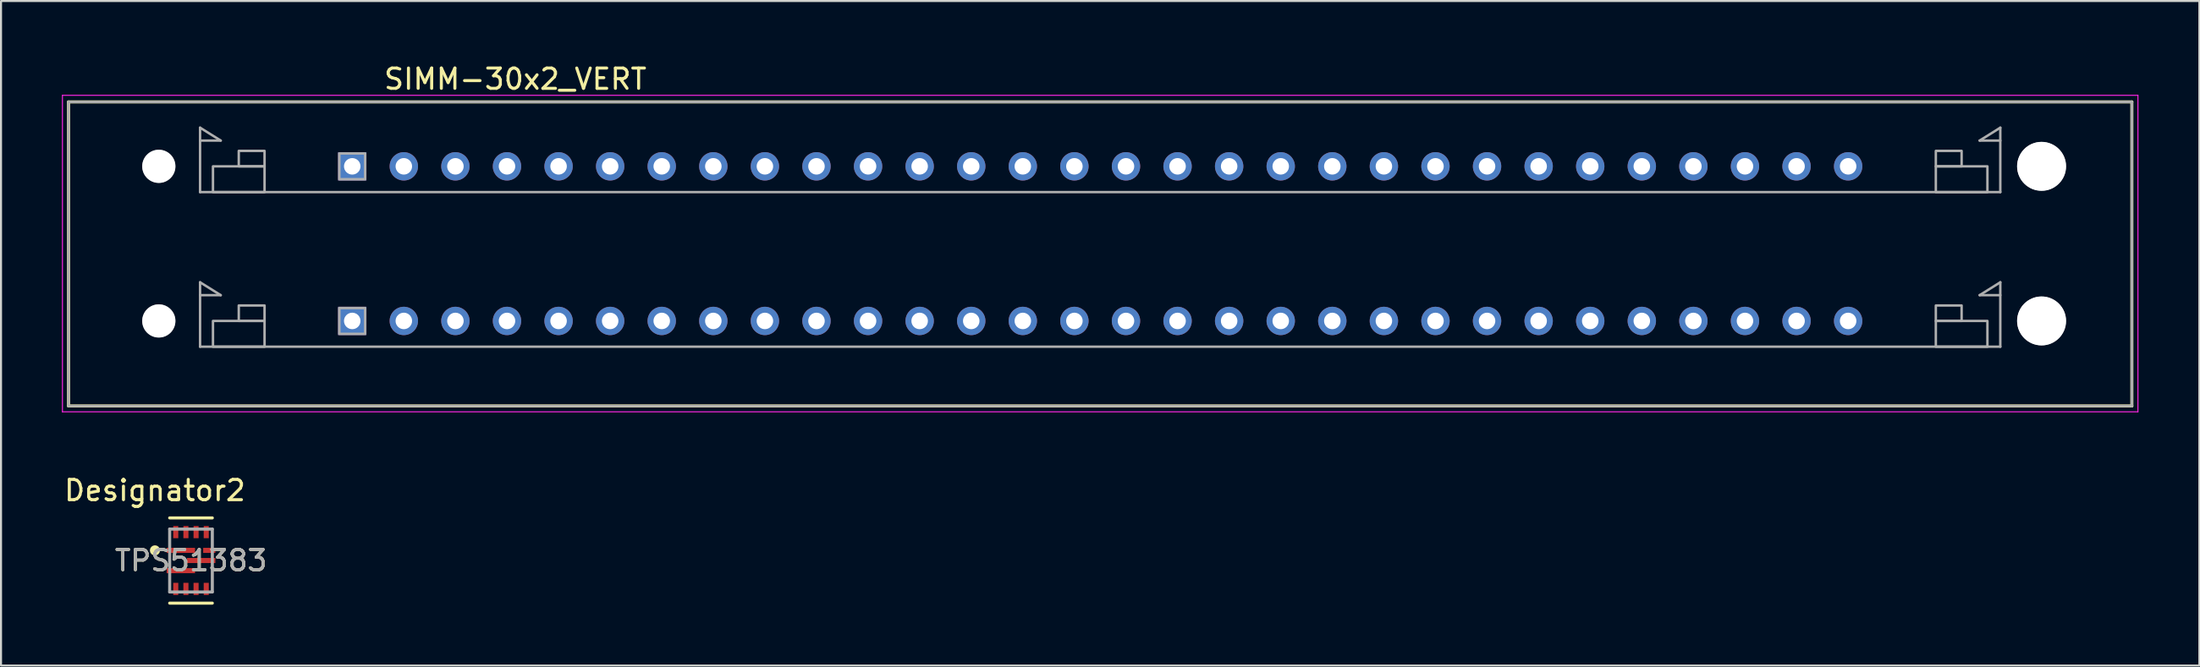
<source format=kicad_pcb>
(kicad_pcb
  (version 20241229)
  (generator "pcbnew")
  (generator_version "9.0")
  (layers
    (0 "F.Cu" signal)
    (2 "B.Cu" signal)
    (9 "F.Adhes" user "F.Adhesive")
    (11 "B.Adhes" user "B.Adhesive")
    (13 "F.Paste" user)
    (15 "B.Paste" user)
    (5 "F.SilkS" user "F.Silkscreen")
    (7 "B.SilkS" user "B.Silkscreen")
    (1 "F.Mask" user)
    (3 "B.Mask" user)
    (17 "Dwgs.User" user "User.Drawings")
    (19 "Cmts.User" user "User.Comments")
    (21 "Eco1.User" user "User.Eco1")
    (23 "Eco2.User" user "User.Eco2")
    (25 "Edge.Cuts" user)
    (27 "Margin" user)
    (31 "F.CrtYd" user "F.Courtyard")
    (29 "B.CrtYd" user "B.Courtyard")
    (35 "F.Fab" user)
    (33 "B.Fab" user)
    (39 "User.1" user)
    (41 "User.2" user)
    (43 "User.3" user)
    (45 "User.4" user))
  (footprint "TPS51383"
    (layer "F.Cu")
    (at 6.355 24.576)
    (property "Reference" "TPS51383" (at 0 0 0) (unlocked yes) (layer "F.SilkS") (effects (font (size 1 1) (thickness 0.15))))
    (attr smd)
    (fp_line (start -1.05 -2.1) (end 1.05 -2.1) (stroke (width 0.15) (type solid)) (layer "F.SilkS"))
    (fp_line (start -1.05 2.1) (end 1.05 2.1) (stroke (width 0.15) (type solid)) (layer "F.SilkS"))
    (fp_circle (center -1.775 -0.5) (end -1.65 -0.5) (stroke (width 0.25) (type solid)) (fill no) (layer "F.SilkS"))
    (fp_poly (pts (xy -1.15 -0.375) (xy -1.2 -0.425) (xy -1.2 -0.575) (xy -1.15 -0.625) (xy -0.65 -0.625) (xy -0.6 -0.575) (xy -0.6 -0.425) (xy -0.65 -0.375)) (stroke (width 0) (type solid)) (fill yes) (layer "F.Paste"))
    (fp_poly (pts (xy -0.6 0.575) (xy -0.65 0.625) (xy -1.15 0.625) (xy -1.2 0.575) (xy -1.2 0.425) (xy -1.15 0.375) (xy -0.65 0.375) (xy -0.6 0.425)) (stroke (width 0) (type solid)) (fill yes) (layer "F.Paste"))
    (fp_poly (pts (xy -0.35 -0.375) (xy -0.4 -0.425) (xy -0.4 -0.575) (xy -0.35 -0.625) (xy 0.15 -0.625) (xy 0.2 -0.575) (xy 0.2 -0.425) (xy 0.15 -0.375)) (stroke (width 0) (type solid)) (fill yes) (layer "F.Paste"))
    (fp_poly (pts (xy 0.2 0.425) (xy 0.2 0.575) (xy 0.15 0.625) (xy -0.35 0.625) (xy -0.4 0.575) (xy -0.4 0.425) (xy -0.35 0.375) (xy 0.15 0.375)) (stroke (width 0) (type solid)) (fill yes) (layer "F.Paste"))
    (fp_poly (pts (xy 0.35 0.125) (xy -0.15 0.125) (xy -0.2 0.075) (xy -0.2 -0.075) (xy -0.15 -0.125) (xy 0.35 -0.125) (xy 0.4 -0.075) (xy 0.4 0.075)) (stroke (width 0) (type solid)) (fill yes) (layer "F.Paste"))
    (fp_poly (pts (xy 1.2 0.075) (xy 1.15 0.125) (xy 0.65 0.125) (xy 0.6 0.075) (xy 0.6 -0.075) (xy 0.65 -0.125) (xy 1.15 -0.125) (xy 1.2 -0.075)) (stroke (width 0) (type solid)) (fill yes) (layer "F.Paste"))
    (fp_line (start -1.05 -1.55) (end 1.05 -1.55) (stroke (width 0.15) (type solid)) (layer "F.Fab"))
    (fp_line (start -1.05 1.55) (end -1.05 -1.55) (stroke (width 0.15) (type solid)) (layer "F.Fab"))
    (fp_line (start -1.05 1.55) (end 1.05 1.55) (stroke (width 0.15) (type solid)) (layer "F.Fab"))
    (fp_line (start 1.05 1.55) (end 1.05 -1.55) (stroke (width 0.15) (type solid)) (layer "F.Fab"))
    (fp_text user "Designator2" (at -1.778 -3.454 0) (unlocked yes) (layer "F.SilkS") (effects (font (size 1 1) (thickness 0.15))))
    (fp_text user "${REFERENCE}" (at 0 0 0) (unlocked yes) (layer "F.Fab") (effects (font (size 1 1) (thickness 0.15))))
    (pad "1" smd rect (at -0.5 -0.5) (size 1.4 0.25) (layers "F.Cu" "F.Mask"))
    (pad "2" smd rect (at -0.5 0.5) (size 1.4 0.25) (layers "F.Cu" "F.Mask"))
    (pad "3" smd rect (at -0.75 1.4) (size 0.25 0.6) (layers "F.Cu" "F.Mask" "F.Paste"))
    (pad "4" smd rect (at -0.25 1.4) (size 0.25 0.6) (layers "F.Cu" "F.Mask" "F.Paste"))
    (pad "5" smd rect (at 0.25 1.4) (size 0.25 0.6) (layers "F.Cu" "F.Mask" "F.Paste"))
    (pad "6" smd rect (at 0.75 1.4) (size 0.25 0.6) (layers "F.Cu" "F.Mask" "F.Paste"))
    (pad "7" smd rect (at 0.5 0) (size 1.4 0.25) (layers "F.Cu" "F.Mask"))
    (pad "8" smd rect (at 0.9 -0.5 90) (size 0.25 0.6) (layers "F.Cu" "F.Mask" "F.Paste"))
    (pad "9" smd rect (at 0.75 -1.4) (size 0.25 0.6) (layers "F.Cu" "F.Mask" "F.Paste"))
    (pad "10" smd rect (at 0.25 -1.4) (size 0.25 0.6) (layers "F.Cu" "F.Mask" "F.Paste"))
    (pad "11" smd rect (at -0.25 -1.4) (size 0.25 0.6) (layers "F.Cu" "F.Mask" "F.Paste"))
    (pad "12" smd rect (at -0.75 -1.4) (size 0.25 0.6) (layers "F.Cu" "F.Mask" "F.Paste")))
  (footprint "SIMM-30x2_VERT"
    (layer "F.Cu")
    (at 14.295 5.148)
    (property "Reference" "SIMM-30x2_VERT" (at 8.03 -4.3 0) (layer "F.SilkS") (effects (font (size 1 1) (thickness 0.15))))
    (attr through_hole)
    (fp_line (start -13.97 -3.175) (end 87.63 -3.175) (stroke (width 0.15) (type solid)) (layer "F.SilkS"))
    (fp_line (start -13.97 11.811) (end -13.97 -3.175) (stroke (width 0.15) (type solid)) (layer "F.SilkS"))
    (fp_line (start 87.63 -3.175) (end 87.63 11.811) (stroke (width 0.15) (type solid)) (layer "F.SilkS"))
    (fp_line (start 87.63 11.811) (end -13.97 11.811) (stroke (width 0.15) (type solid)) (layer "F.SilkS"))
    (fp_line (start -14.27 -3.5) (end 87.93 -3.5) (stroke (width 0.05) (type default)) (layer "F.CrtYd"))
    (fp_line (start -14.27 12.1) (end -14.27 -3.5) (stroke (width 0.05) (type default)) (layer "F.CrtYd"))
    (fp_line (start -14.27 12.1) (end 87.93 12.1) (stroke (width 0.05) (type default)) (layer "F.CrtYd"))
    (fp_line (start 87.93 -3.5) (end 87.93 12.1) (stroke (width 0.05) (type default)) (layer "F.CrtYd"))
    (fp_line (start -13.97 -3.175) (end 87.63 -3.175) (stroke (width 0.12) (type default)) (layer "F.Fab"))
    (fp_line (start -13.97 11.811) (end -13.97 -3.175) (stroke (width 0.12) (type default)) (layer "F.Fab"))
    (fp_line (start -7.493 -1.905) (end -7.493 1.27) (stroke (width 0.12) (type default)) (layer "F.Fab"))
    (fp_line (start -7.493 -1.27) (end -6.477 -1.27) (stroke (width 0.12) (type default)) (layer "F.Fab"))
    (fp_line (start -7.493 1.27) (end 81.153 1.27) (stroke (width 0.12) (type default)) (layer "F.Fab"))
    (fp_line (start -7.493 5.715) (end -7.493 8.89) (stroke (width 0.12) (type default)) (layer "F.Fab"))
    (fp_line (start -7.493 6.35) (end -6.477 6.35) (stroke (width 0.12) (type default)) (layer "F.Fab"))
    (fp_line (start -7.493 8.89) (end 81.153 8.89) (stroke (width 0.12) (type default)) (layer "F.Fab"))
    (fp_line (start -6.477 -1.27) (end -7.493 -1.905) (stroke (width 0.12) (type default)) (layer "F.Fab"))
    (fp_line (start -6.477 6.35) (end -7.493 5.715) (stroke (width 0.12) (type default)) (layer "F.Fab"))
    (fp_line (start 80.137 -1.27) (end 81.153 -1.905) (stroke (width 0.12) (type default)) (layer "F.Fab"))
    (fp_line (start 80.137 6.35) (end 81.153 5.715) (stroke (width 0.12) (type default)) (layer "F.Fab"))
    (fp_line (start 81.153 -1.905) (end 81.153 1.27) (stroke (width 0.12) (type default)) (layer "F.Fab"))
    (fp_line (start 81.153 -1.27) (end 80.137 -1.27) (stroke (width 0.12) (type default)) (layer "F.Fab"))
    (fp_line (start 81.153 5.715) (end 81.153 8.89) (stroke (width 0.12) (type default)) (layer "F.Fab"))
    (fp_line (start 81.153 6.35) (end 80.137 6.35) (stroke (width 0.12) (type default)) (layer "F.Fab"))
    (fp_line (start 87.63 -3.175) (end 87.63 11.811) (stroke (width 0.12) (type default)) (layer "F.Fab"))
    (fp_line (start 87.63 11.811) (end -13.97 11.811) (stroke (width 0.12) (type default)) (layer "F.Fab"))
    (fp_rect (start -6.858 0) (end -4.318 1.27) (stroke (width 0.12) (type default)) (fill no) (layer "F.Fab"))
    (fp_rect (start -6.858 7.62) (end -4.318 8.89) (stroke (width 0.12) (type default)) (fill no) (layer "F.Fab"))
    (fp_rect (start -5.588 0) (end -4.318 -0.762) (stroke (width 0.12) (type default)) (fill no) (layer "F.Fab"))
    (fp_rect (start -5.588 7.62) (end -4.318 6.858) (stroke (width 0.12) (type default)) (fill no) (layer "F.Fab"))
    (fp_rect (start -0.635 -0.635) (end 0.635 0.635) (stroke (width 0.12) (type default)) (fill no) (layer "F.Fab"))
    (fp_rect (start -0.635 6.985) (end 0.635 8.255) (stroke (width 0.12) (type default)) (fill no) (layer "F.Fab"))
    (fp_rect (start 79.248 0) (end 77.978 -0.762) (stroke (width 0.12) (type default)) (fill no) (layer "F.Fab"))
    (fp_rect (start 79.248 7.62) (end 77.978 6.858) (stroke (width 0.12) (type default)) (fill no) (layer "F.Fab"))
    (fp_rect (start 80.518 0) (end 77.978 1.27) (stroke (width 0.12) (type default)) (fill no) (layer "F.Fab"))
    (fp_rect (start 80.518 7.62) (end 77.978 8.89) (stroke (width 0.12) (type default)) (fill no) (layer "F.Fab"))
    (fp_circle (center -9.525 0) (end -8.763 0) (stroke (width 0.12) (type default)) (fill no) (layer "F.Fab"))
    (fp_circle (center -9.525 7.62) (end -8.763 7.62) (stroke (width 0.12) (type default)) (fill no) (layer "F.Fab"))
    (fp_circle (center 83.185 0) (end 84.328 0) (stroke (width 0.12) (type default)) (fill no) (layer "F.Fab"))
    (fp_circle (center 83.185 7.62) (end 84.328 7.62) (stroke (width 0.12) (type default)) (fill no) (layer "F.Fab"))
    (pad "" np_thru_hole circle (at -9.525 0) (size 1.626 1.626) (drill 1.626) (layers "*.Cu" "*.Mask"))
    (pad "" np_thru_hole circle (at -9.525 7.62) (size 1.626 1.626) (drill 1.626) (layers "*.Cu" "*.Mask"))
    (pad "" np_thru_hole circle (at 83.185 0) (size 2.413 2.413) (drill 2.413) (layers "*.Cu" "*.Mask"))
    (pad "" np_thru_hole circle (at 83.185 7.62) (size 2.413 2.413) (drill 2.413) (layers "*.Cu" "*.Mask"))
    (pad "A1" thru_hole rect (at 0 0) (size 1.397 1.397) (drill 0.813) (layers "*.Cu" "*.Mask"))
    (pad "A2" thru_hole circle (at 2.54 0) (size 1.397 1.397) (drill 0.813) (layers "*.Cu" "*.Mask"))
    (pad "A3" thru_hole circle (at 5.08 0) (size 1.397 1.397) (drill 0.813) (layers "*.Cu" "*.Mask"))
    (pad "A4" thru_hole circle (at 7.62 0) (size 1.397 1.397) (drill 0.813) (layers "*.Cu" "*.Mask"))
    (pad "A5" thru_hole circle (at 10.16 0) (size 1.397 1.397) (drill 0.813) (layers "*.Cu" "*.Mask"))
    (pad "A6" thru_hole circle (at 12.7 0) (size 1.397 1.397) (drill 0.813) (layers "*.Cu" "*.Mask"))
    (pad "A7" thru_hole circle (at 15.24 0) (size 1.397 1.397) (drill 0.813) (layers "*.Cu" "*.Mask"))
    (pad "A8" thru_hole circle (at 17.78 0) (size 1.397 1.397) (drill 0.813) (layers "*.Cu" "*.Mask"))
    (pad "A9" thru_hole circle (at 20.32 0) (size 1.397 1.397) (drill 0.813) (layers "*.Cu" "*.Mask"))
    (pad "A10" thru_hole circle (at 22.86 0) (size 1.397 1.397) (drill 0.813) (layers "*.Cu" "*.Mask"))
    (pad "A11" thru_hole circle (at 25.4 0) (size 1.397 1.397) (drill 0.813) (layers "*.Cu" "*.Mask"))
    (pad "A12" thru_hole circle (at 27.94 0) (size 1.397 1.397) (drill 0.813) (layers "*.Cu" "*.Mask"))
    (pad "A13" thru_hole circle (at 30.48 0) (size 1.397 1.397) (drill 0.813) (layers "*.Cu" "*.Mask"))
    (pad "A14" thru_hole circle (at 33.02 0) (size 1.397 1.397) (drill 0.813) (layers "*.Cu" "*.Mask"))
    (pad "A15" thru_hole circle (at 35.56 0) (size 1.397 1.397) (drill 0.813) (layers "*.Cu" "*.Mask"))
    (pad "A16" thru_hole circle (at 38.1 0) (size 1.397 1.397) (drill 0.813) (layers "*.Cu" "*.Mask"))
    (pad "A17" thru_hole circle (at 40.64 0) (size 1.397 1.397) (drill 0.813) (layers "*.Cu" "*.Mask"))
    (pad "A18" thru_hole circle (at 43.18 0) (size 1.397 1.397) (drill 0.813) (layers "*.Cu" "*.Mask"))
    (pad "A19" thru_hole circle (at 45.72 0) (size 1.397 1.397) (drill 0.813) (layers "*.Cu" "*.Mask"))
    (pad "A20" thru_hole circle (at 48.26 0) (size 1.397 1.397) (drill 0.813) (layers "*.Cu" "*.Mask"))
    (pad "A21" thru_hole circle (at 50.8 0) (size 1.397 1.397) (drill 0.813) (layers "*.Cu" "*.Mask"))
    (pad "A22" thru_hole circle (at 53.34 0) (size 1.397 1.397) (drill 0.813) (layers "*.Cu" "*.Mask"))
    (pad "A23" thru_hole circle (at 55.88 0) (size 1.397 1.397) (drill 0.813) (layers "*.Cu" "*.Mask"))
    (pad "A24" thru_hole circle (at 58.42 0) (size 1.397 1.397) (drill 0.813) (layers "*.Cu" "*.Mask"))
    (pad "A25" thru_hole circle (at 60.96 0) (size 1.397 1.397) (drill 0.813) (layers "*.Cu" "*.Mask"))
    (pad "A26" thru_hole circle (at 63.5 0) (size 1.397 1.397) (drill 0.813) (layers "*.Cu" "*.Mask"))
    (pad "A27" thru_hole circle (at 66.04 0) (size 1.397 1.397) (drill 0.813) (layers "*.Cu" "*.Mask"))
    (pad "A28" thru_hole circle (at 68.58 0) (size 1.397 1.397) (drill 0.813) (layers "*.Cu" "*.Mask"))
    (pad "A29" thru_hole circle (at 71.12 0) (size 1.397 1.397) (drill 0.813) (layers "*.Cu" "*.Mask"))
    (pad "A30" thru_hole circle (at 73.66 0) (size 1.397 1.397) (drill 0.813) (layers "*.Cu" "*.Mask"))
    (pad "B1" thru_hole rect (at 0 7.62) (size 1.397 1.397) (drill 0.813) (layers "*.Cu" "*.Mask"))
    (pad "B2" thru_hole circle (at 2.54 7.62) (size 1.397 1.397) (drill 0.813) (layers "*.Cu" "*.Mask"))
    (pad "B3" thru_hole circle (at 5.08 7.62) (size 1.397 1.397) (drill 0.813) (layers "*.Cu" "*.Mask"))
    (pad "B4" thru_hole circle (at 7.62 7.62) (size 1.397 1.397) (drill 0.813) (layers "*.Cu" "*.Mask"))
    (pad "B5" thru_hole circle (at 10.16 7.62) (size 1.397 1.397) (drill 0.813) (layers "*.Cu" "*.Mask"))
    (pad "B6" thru_hole circle (at 12.7 7.62) (size 1.397 1.397) (drill 0.813) (layers "*.Cu" "*.Mask"))
    (pad "B7" thru_hole circle (at 15.24 7.62) (size 1.397 1.397) (drill 0.813) (layers "*.Cu" "*.Mask"))
    (pad "B8" thru_hole circle (at 17.78 7.62) (size 1.397 1.397) (drill 0.813) (layers "*.Cu" "*.Mask"))
    (pad "B9" thru_hole circle (at 20.32 7.62) (size 1.397 1.397) (drill 0.813) (layers "*.Cu" "*.Mask"))
    (pad "B10" thru_hole circle (at 22.86 7.62) (size 1.397 1.397) (drill 0.813) (layers "*.Cu" "*.Mask"))
    (pad "B11" thru_hole circle (at 25.4 7.62) (size 1.397 1.397) (drill 0.813) (layers "*.Cu" "*.Mask"))
    (pad "B12" thru_hole circle (at 27.94 7.62) (size 1.397 1.397) (drill 0.813) (layers "*.Cu" "*.Mask"))
    (pad "B13" thru_hole circle (at 30.48 7.62) (size 1.397 1.397) (drill 0.813) (layers "*.Cu" "*.Mask"))
    (pad "B14" thru_hole circle (at 33.02 7.62) (size 1.397 1.397) (drill 0.813) (layers "*.Cu" "*.Mask"))
    (pad "B15" thru_hole circle (at 35.56 7.62) (size 1.397 1.397) (drill 0.813) (layers "*.Cu" "*.Mask"))
    (pad "B16" thru_hole circle (at 38.1 7.62) (size 1.397 1.397) (drill 0.813) (layers "*.Cu" "*.Mask"))
    (pad "B17" thru_hole circle (at 40.64 7.62) (size 1.397 1.397) (drill 0.813) (layers "*.Cu" "*.Mask"))
    (pad "B18" thru_hole circle (at 43.18 7.62) (size 1.397 1.397) (drill 0.813) (layers "*.Cu" "*.Mask"))
    (pad "B19" thru_hole circle (at 45.72 7.62) (size 1.397 1.397) (drill 0.813) (layers "*.Cu" "*.Mask"))
    (pad "B20" thru_hole circle (at 48.26 7.62) (size 1.397 1.397) (drill 0.813) (layers "*.Cu" "*.Mask"))
    (pad "B21" thru_hole circle (at 50.8 7.62) (size 1.397 1.397) (drill 0.813) (layers "*.Cu" "*.Mask"))
    (pad "B22" thru_hole circle (at 53.34 7.62) (size 1.397 1.397) (drill 0.813) (layers "*.Cu" "*.Mask"))
    (pad "B23" thru_hole circle (at 55.88 7.62) (size 1.397 1.397) (drill 0.813) (layers "*.Cu" "*.Mask"))
    (pad "B24" thru_hole circle (at 58.42 7.62) (size 1.397 1.397) (drill 0.813) (layers "*.Cu" "*.Mask"))
    (pad "B25" thru_hole circle (at 60.96 7.62) (size 1.397 1.397) (drill 0.813) (layers "*.Cu" "*.Mask"))
    (pad "B26" thru_hole circle (at 63.5 7.62) (size 1.397 1.397) (drill 0.813) (layers "*.Cu" "*.Mask"))
    (pad "B27" thru_hole circle (at 66.04 7.62) (size 1.397 1.397) (drill 0.813) (layers "*.Cu" "*.Mask"))
    (pad "B28" thru_hole circle (at 68.58 7.62) (size 1.397 1.397) (drill 0.813) (layers "*.Cu" "*.Mask"))
    (pad "B29" thru_hole circle (at 71.12 7.62) (size 1.397 1.397) (drill 0.813) (layers "*.Cu" "*.Mask"))
    (pad "B30" thru_hole circle (at 73.66 7.62) (size 1.397 1.397) (drill 0.813) (layers "*.Cu" "*.Mask")))
  (gr_rect
    (start -3 -3)
    (end 105.25 29.751)
    (stroke (width 0.1) (type default))
    (fill no)
    (layer "Edge.Cuts")))
</source>
